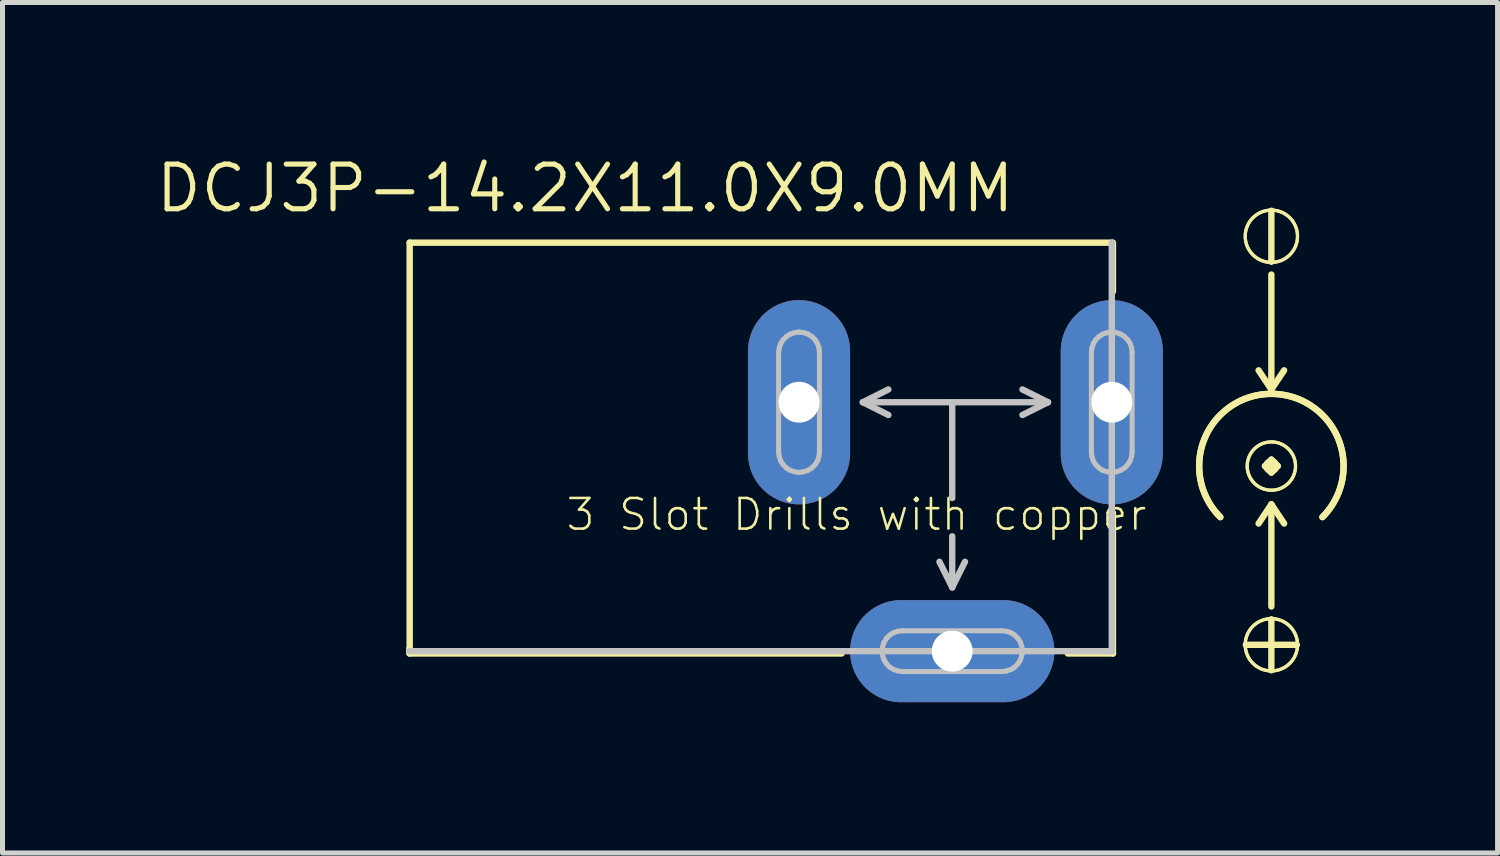
<source format=kicad_pcb>
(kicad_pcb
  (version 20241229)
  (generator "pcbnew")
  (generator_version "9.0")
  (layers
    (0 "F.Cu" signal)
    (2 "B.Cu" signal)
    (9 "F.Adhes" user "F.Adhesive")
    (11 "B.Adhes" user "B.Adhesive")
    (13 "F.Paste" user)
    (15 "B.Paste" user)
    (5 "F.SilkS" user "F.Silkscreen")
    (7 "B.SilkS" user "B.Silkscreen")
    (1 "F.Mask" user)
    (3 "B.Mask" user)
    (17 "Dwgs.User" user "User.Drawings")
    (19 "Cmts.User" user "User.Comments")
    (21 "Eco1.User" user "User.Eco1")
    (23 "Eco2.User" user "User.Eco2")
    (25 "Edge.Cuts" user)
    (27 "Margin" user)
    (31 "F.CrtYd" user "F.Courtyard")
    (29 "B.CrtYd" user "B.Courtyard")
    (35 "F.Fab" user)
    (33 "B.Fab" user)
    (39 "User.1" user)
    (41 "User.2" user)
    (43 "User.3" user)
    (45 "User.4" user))
  (footprint "DCJ3P-14.2X11.0X9.0MM"
    (layer "F.Cu")
    (at 15.896 4.953)
    (property "Reference" "DCJ3P-14.2X11.0X9.0MM" (at -7.303 -4.255 0) (layer "F.SilkS") (effects (font (size 0.889 0.889) (thickness 0.102))))
    (attr exclude_from_pos_files exclude_from_bom)
    (fp_line (start -10.798 4.999) (end -10.798 4.9) (stroke (width 0.127) (type solid)) (layer "F.SilkS"))
    (fp_line (start -10.795 -3.175) (end 3.175 -3.175) (stroke (width 0.1) (type solid)) (layer "F.SilkS"))
    (fp_line (start -10.795 -3.175) (end 3.175 -3.175) (stroke (width 0.127) (type solid)) (layer "F.SilkS"))
    (fp_line (start -10.795 4.953) (end -10.795 -3.175) (stroke (width 0.1) (type solid)) (layer "F.SilkS"))
    (fp_line (start -10.795 4.953) (end -10.795 -3.175) (stroke (width 0.127) (type solid)) (layer "F.SilkS"))
    (fp_line (start -2.2 4.999) (end -10.798 4.999) (stroke (width 0.127) (type solid)) (layer "F.SilkS"))
    (fp_line (start 2.299 4.999) (end 3.198 4.999) (stroke (width 0.127) (type solid)) (layer "F.SilkS"))
    (fp_line (start 3.175 -3.175) (end 3.175 4.953) (stroke (width 0.1) (type solid)) (layer "F.SilkS"))
    (fp_line (start 3.175 4.953) (end -10.795 4.953) (stroke (width 0.1) (type solid)) (layer "F.SilkS"))
    (fp_line (start 3.198 -2.2) (end 3.198 -3.175) (stroke (width 0.127) (type solid)) (layer "F.SilkS"))
    (fp_line (start 3.198 4.999) (end 3.198 2.2) (stroke (width 0.127) (type solid)) (layer "F.SilkS"))
    (fp_line (start 5.842 4.826) (end 6.858 4.826) (stroke (width 0.127) (type solid)) (layer "F.SilkS"))
    (fp_line (start 6.223 1.27) (end 6.35 1.397) (stroke (width 0.127) (type solid)) (layer "F.SilkS"))
    (fp_line (start 6.35 -2.794) (end 6.35 -3.81) (stroke (width 0.127) (type solid)) (layer "F.SilkS"))
    (fp_line (start 6.35 -0.254) (end 6.096 -0.635) (stroke (width 0.127) (type solid)) (layer "F.SilkS"))
    (fp_line (start 6.35 -0.254) (end 6.35 -2.54) (stroke (width 0.127) (type solid)) (layer "F.SilkS"))
    (fp_line (start 6.35 -0.254) (end 6.604 -0.635) (stroke (width 0.127) (type solid)) (layer "F.SilkS"))
    (fp_line (start 6.35 1.143) (end 6.223 1.27) (stroke (width 0.127) (type solid)) (layer "F.SilkS"))
    (fp_line (start 6.35 1.397) (end 6.35 1.143) (stroke (width 0.127) (type solid)) (layer "F.SilkS"))
    (fp_line (start 6.35 1.397) (end 6.477 1.27) (stroke (width 0.127) (type solid)) (layer "F.SilkS"))
    (fp_line (start 6.35 2.032) (end 6.096 2.413) (stroke (width 0.127) (type solid)) (layer "F.SilkS"))
    (fp_line (start 6.35 2.032) (end 6.35 4.064) (stroke (width 0.127) (type solid)) (layer "F.SilkS"))
    (fp_line (start 6.35 2.032) (end 6.604 2.413) (stroke (width 0.127) (type solid)) (layer "F.SilkS"))
    (fp_line (start 6.35 5.334) (end 6.35 4.318) (stroke (width 0.127) (type solid)) (layer "F.SilkS"))
    (fp_line (start 6.477 1.27) (end 6.35 1.143) (stroke (width 0.127) (type solid)) (layer "F.SilkS"))
    (fp_arc (start 5.334 2.286) (mid 6.35 -0.166841) (end 7.366 2.286) (stroke (width 0.127) (type solid)) (layer "F.SilkS"))
    (fp_arc (start 5.334 2.286) (mid 6.35 -0.166841) (end 7.366 2.286) (stroke (width 0.127) (type solid)) (layer "F.SilkS"))
    (fp_circle (center 6.35 -3.302) (end 6.718 -3.67) (stroke (width 0.064) (type solid)) (fill no) (layer "F.SilkS"))
    (fp_circle (center 6.35 -3.302) (end 6.718 -3.67) (stroke (width 0.064) (type solid)) (fill no) (layer "F.SilkS"))
    (fp_circle (center 6.35 1.27) (end 6.439 1.359) (stroke (width 0.064) (type solid)) (fill no) (layer "F.SilkS"))
    (fp_circle (center 6.35 1.27) (end 6.439 1.359) (stroke (width 0.064) (type solid)) (fill no) (layer "F.SilkS"))
    (fp_circle (center 6.35 1.27) (end 6.69 1.61) (stroke (width 0.064) (type solid)) (fill no) (layer "F.SilkS"))
    (fp_circle (center 6.35 1.27) (end 6.69 1.61) (stroke (width 0.064) (type solid)) (fill no) (layer "F.SilkS"))
    (fp_circle (center 6.35 4.826) (end 6.718 5.194) (stroke (width 0.064) (type solid)) (fill no) (layer "F.SilkS"))
    (fp_circle (center 6.35 4.826) (end 6.718 5.194) (stroke (width 0.064) (type solid)) (fill no) (layer "F.SilkS"))
    (fp_line (start -3.454 -0.991) (end -3.442 -1.079) (stroke (width 0.1) (type solid)) (layer "Dwgs.User"))
    (fp_line (start -3.454 0.991) (end -3.454 -0.991) (stroke (width 0.1) (type solid)) (layer "Dwgs.User"))
    (fp_line (start -3.442 -1.079) (end -3.414 -1.166) (stroke (width 0.1) (type solid)) (layer "Dwgs.User"))
    (fp_line (start -3.442 1.079) (end -3.454 0.991) (stroke (width 0.1) (type solid)) (layer "Dwgs.User"))
    (fp_line (start -3.414 -1.166) (end -3.365 -1.242) (stroke (width 0.1) (type solid)) (layer "Dwgs.User"))
    (fp_line (start -3.414 1.166) (end -3.442 1.079) (stroke (width 0.1) (type solid)) (layer "Dwgs.User"))
    (fp_line (start -3.365 -1.242) (end -3.299 -1.308) (stroke (width 0.1) (type solid)) (layer "Dwgs.User"))
    (fp_line (start -3.365 1.242) (end -3.414 1.166) (stroke (width 0.1) (type solid)) (layer "Dwgs.User"))
    (fp_line (start -3.299 -1.308) (end -3.223 -1.356) (stroke (width 0.1) (type solid)) (layer "Dwgs.User"))
    (fp_line (start -3.299 1.308) (end -3.365 1.242) (stroke (width 0.1) (type solid)) (layer "Dwgs.User"))
    (fp_line (start -3.223 -1.356) (end -3.137 -1.384) (stroke (width 0.1) (type solid)) (layer "Dwgs.User"))
    (fp_line (start -3.223 1.356) (end -3.299 1.308) (stroke (width 0.1) (type solid)) (layer "Dwgs.User"))
    (fp_line (start -3.137 -1.384) (end -3.048 -1.397) (stroke (width 0.1) (type solid)) (layer "Dwgs.User"))
    (fp_line (start -3.137 1.384) (end -3.223 1.356) (stroke (width 0.1) (type solid)) (layer "Dwgs.User"))
    (fp_line (start -3.048 -1.397) (end -2.957 -1.384) (stroke (width 0.1) (type solid)) (layer "Dwgs.User"))
    (fp_line (start -3.048 1.397) (end -3.137 1.384) (stroke (width 0.1) (type solid)) (layer "Dwgs.User"))
    (fp_line (start -2.957 -1.384) (end -2.87 -1.356) (stroke (width 0.1) (type solid)) (layer "Dwgs.User"))
    (fp_line (start -2.957 1.384) (end -3.048 1.397) (stroke (width 0.1) (type solid)) (layer "Dwgs.User"))
    (fp_line (start -2.87 -1.356) (end -2.794 -1.308) (stroke (width 0.1) (type solid)) (layer "Dwgs.User"))
    (fp_line (start -2.87 1.356) (end -2.957 1.384) (stroke (width 0.1) (type solid)) (layer "Dwgs.User"))
    (fp_line (start -2.794 -1.308) (end -2.728 -1.242) (stroke (width 0.1) (type solid)) (layer "Dwgs.User"))
    (fp_line (start -2.794 1.308) (end -2.87 1.356) (stroke (width 0.1) (type solid)) (layer "Dwgs.User"))
    (fp_line (start -2.728 -1.242) (end -2.68 -1.166) (stroke (width 0.1) (type solid)) (layer "Dwgs.User"))
    (fp_line (start -2.728 1.242) (end -2.794 1.308) (stroke (width 0.1) (type solid)) (layer "Dwgs.User"))
    (fp_line (start -2.68 -1.166) (end -2.652 -1.079) (stroke (width 0.1) (type solid)) (layer "Dwgs.User"))
    (fp_line (start -2.68 1.166) (end -2.728 1.242) (stroke (width 0.1) (type solid)) (layer "Dwgs.User"))
    (fp_line (start -2.652 -1.079) (end -2.642 -0.991) (stroke (width 0.1) (type solid)) (layer "Dwgs.User"))
    (fp_line (start -2.652 1.079) (end -2.68 1.166) (stroke (width 0.1) (type solid)) (layer "Dwgs.User"))
    (fp_line (start -2.642 -0.991) (end -2.642 0.991) (stroke (width 0.1) (type solid)) (layer "Dwgs.User"))
    (fp_line (start -2.642 0.991) (end -2.652 1.079) (stroke (width 0.1) (type solid)) (layer "Dwgs.User"))
    (fp_line (start -1.778 0) (end -1.27 -0.254) (stroke (width 0.127) (type solid)) (layer "Dwgs.User"))
    (fp_line (start -1.778 0) (end -1.27 0.254) (stroke (width 0.127) (type solid)) (layer "Dwgs.User"))
    (fp_line (start -1.397 4.953) (end -1.384 4.862) (stroke (width 0.1) (type solid)) (layer "Dwgs.User"))
    (fp_line (start -1.384 4.862) (end -1.356 4.775) (stroke (width 0.1) (type solid)) (layer "Dwgs.User"))
    (fp_line (start -1.384 5.042) (end -1.397 4.953) (stroke (width 0.1) (type solid)) (layer "Dwgs.User"))
    (fp_line (start -1.356 4.775) (end -1.308 4.699) (stroke (width 0.1) (type solid)) (layer "Dwgs.User"))
    (fp_line (start -1.356 5.128) (end -1.384 5.042) (stroke (width 0.1) (type solid)) (layer "Dwgs.User"))
    (fp_line (start -1.308 4.699) (end -1.242 4.633) (stroke (width 0.1) (type solid)) (layer "Dwgs.User"))
    (fp_line (start -1.308 5.204) (end -1.356 5.128) (stroke (width 0.1) (type solid)) (layer "Dwgs.User"))
    (fp_line (start -1.242 4.633) (end -1.166 4.585) (stroke (width 0.1) (type solid)) (layer "Dwgs.User"))
    (fp_line (start -1.242 5.271) (end -1.308 5.204) (stroke (width 0.1) (type solid)) (layer "Dwgs.User"))
    (fp_line (start -1.166 4.585) (end -1.079 4.557) (stroke (width 0.1) (type solid)) (layer "Dwgs.User"))
    (fp_line (start -1.166 5.319) (end -1.242 5.271) (stroke (width 0.1) (type solid)) (layer "Dwgs.User"))
    (fp_line (start -1.079 4.557) (end -0.991 4.547) (stroke (width 0.1) (type solid)) (layer "Dwgs.User"))
    (fp_line (start -1.079 5.347) (end -1.166 5.319) (stroke (width 0.1) (type solid)) (layer "Dwgs.User"))
    (fp_line (start -0.991 4.547) (end 0.991 4.547) (stroke (width 0.1) (type solid)) (layer "Dwgs.User"))
    (fp_line (start -0.991 5.359) (end -1.079 5.347) (stroke (width 0.1) (type solid)) (layer "Dwgs.User"))
    (fp_line (start 0 0) (end -1.778 0) (stroke (width 0.127) (type solid)) (layer "Dwgs.User"))
    (fp_line (start 0 0) (end 1.905 0) (stroke (width 0.127) (type solid)) (layer "Dwgs.User"))
    (fp_line (start 0 1.905) (end 0 0) (stroke (width 0.127) (type solid)) (layer "Dwgs.User"))
    (fp_line (start 0 2.667) (end 0 3.683) (stroke (width 0.127) (type solid)) (layer "Dwgs.User"))
    (fp_line (start 0 3.683) (end -0.254 3.175) (stroke (width 0.127) (type solid)) (layer "Dwgs.User"))
    (fp_line (start 0 3.683) (end 0.254 3.175) (stroke (width 0.127) (type solid)) (layer "Dwgs.User"))
    (fp_line (start 0.991 4.547) (end 1.079 4.557) (stroke (width 0.1) (type solid)) (layer "Dwgs.User"))
    (fp_line (start 0.991 5.359) (end -0.991 5.359) (stroke (width 0.1) (type solid)) (layer "Dwgs.User"))
    (fp_line (start 1.079 4.557) (end 1.166 4.585) (stroke (width 0.1) (type solid)) (layer "Dwgs.User"))
    (fp_line (start 1.079 5.347) (end 0.991 5.359) (stroke (width 0.1) (type solid)) (layer "Dwgs.User"))
    (fp_line (start 1.166 4.585) (end 1.242 4.633) (stroke (width 0.1) (type solid)) (layer "Dwgs.User"))
    (fp_line (start 1.166 5.319) (end 1.079 5.347) (stroke (width 0.1) (type solid)) (layer "Dwgs.User"))
    (fp_line (start 1.242 4.633) (end 1.308 4.699) (stroke (width 0.1) (type solid)) (layer "Dwgs.User"))
    (fp_line (start 1.242 5.271) (end 1.166 5.319) (stroke (width 0.1) (type solid)) (layer "Dwgs.User"))
    (fp_line (start 1.308 4.699) (end 1.356 4.775) (stroke (width 0.1) (type solid)) (layer "Dwgs.User"))
    (fp_line (start 1.308 5.204) (end 1.242 5.271) (stroke (width 0.1) (type solid)) (layer "Dwgs.User"))
    (fp_line (start 1.356 4.775) (end 1.384 4.862) (stroke (width 0.1) (type solid)) (layer "Dwgs.User"))
    (fp_line (start 1.356 5.128) (end 1.308 5.204) (stroke (width 0.1) (type solid)) (layer "Dwgs.User"))
    (fp_line (start 1.384 4.862) (end 1.397 4.953) (stroke (width 0.1) (type solid)) (layer "Dwgs.User"))
    (fp_line (start 1.384 5.042) (end 1.356 5.128) (stroke (width 0.1) (type solid)) (layer "Dwgs.User"))
    (fp_line (start 1.397 4.953) (end 1.384 5.042) (stroke (width 0.1) (type solid)) (layer "Dwgs.User"))
    (fp_line (start 1.905 0) (end 1.397 -0.254) (stroke (width 0.127) (type solid)) (layer "Dwgs.User"))
    (fp_line (start 1.905 0) (end 1.397 0.254) (stroke (width 0.127) (type solid)) (layer "Dwgs.User"))
    (fp_line (start 2.769 -0.991) (end 2.779 -1.079) (stroke (width 0.1) (type solid)) (layer "Dwgs.User"))
    (fp_line (start 2.769 0.991) (end 2.769 -0.991) (stroke (width 0.1) (type solid)) (layer "Dwgs.User"))
    (fp_line (start 2.779 -1.079) (end 2.807 -1.166) (stroke (width 0.1) (type solid)) (layer "Dwgs.User"))
    (fp_line (start 2.779 1.079) (end 2.769 0.991) (stroke (width 0.1) (type solid)) (layer "Dwgs.User"))
    (fp_line (start 2.807 -1.166) (end 2.855 -1.242) (stroke (width 0.1) (type solid)) (layer "Dwgs.User"))
    (fp_line (start 2.807 1.166) (end 2.779 1.079) (stroke (width 0.1) (type solid)) (layer "Dwgs.User"))
    (fp_line (start 2.855 -1.242) (end 2.921 -1.308) (stroke (width 0.1) (type solid)) (layer "Dwgs.User"))
    (fp_line (start 2.855 1.242) (end 2.807 1.166) (stroke (width 0.1) (type solid)) (layer "Dwgs.User"))
    (fp_line (start 2.921 -1.308) (end 2.997 -1.356) (stroke (width 0.1) (type solid)) (layer "Dwgs.User"))
    (fp_line (start 2.921 1.308) (end 2.855 1.242) (stroke (width 0.1) (type solid)) (layer "Dwgs.User"))
    (fp_line (start 2.997 -1.356) (end 3.084 -1.384) (stroke (width 0.1) (type solid)) (layer "Dwgs.User"))
    (fp_line (start 2.997 1.356) (end 2.921 1.308) (stroke (width 0.1) (type solid)) (layer "Dwgs.User"))
    (fp_line (start 3.084 -1.384) (end 3.175 -1.397) (stroke (width 0.1) (type solid)) (layer "Dwgs.User"))
    (fp_line (start 3.084 1.384) (end 2.997 1.356) (stroke (width 0.1) (type solid)) (layer "Dwgs.User"))
    (fp_line (start 3.175 -3.175) (end 3.175 4.953) (stroke (width 0.127) (type solid)) (layer "Dwgs.User"))
    (fp_line (start 3.175 -1.397) (end 3.264 -1.384) (stroke (width 0.1) (type solid)) (layer "Dwgs.User"))
    (fp_line (start 3.175 1.397) (end 3.084 1.384) (stroke (width 0.1) (type solid)) (layer "Dwgs.User"))
    (fp_line (start 3.175 4.953) (end -10.795 4.953) (stroke (width 0.127) (type solid)) (layer "Dwgs.User"))
    (fp_line (start 3.264 -1.384) (end 3.35 -1.356) (stroke (width 0.1) (type solid)) (layer "Dwgs.User"))
    (fp_line (start 3.264 1.384) (end 3.175 1.397) (stroke (width 0.1) (type solid)) (layer "Dwgs.User"))
    (fp_line (start 3.35 -1.356) (end 3.426 -1.308) (stroke (width 0.1) (type solid)) (layer "Dwgs.User"))
    (fp_line (start 3.35 1.356) (end 3.264 1.384) (stroke (width 0.1) (type solid)) (layer "Dwgs.User"))
    (fp_line (start 3.426 -1.308) (end 3.493 -1.242) (stroke (width 0.1) (type solid)) (layer "Dwgs.User"))
    (fp_line (start 3.426 1.308) (end 3.35 1.356) (stroke (width 0.1) (type solid)) (layer "Dwgs.User"))
    (fp_line (start 3.493 -1.242) (end 3.541 -1.166) (stroke (width 0.1) (type solid)) (layer "Dwgs.User"))
    (fp_line (start 3.493 1.242) (end 3.426 1.308) (stroke (width 0.1) (type solid)) (layer "Dwgs.User"))
    (fp_line (start 3.541 -1.166) (end 3.569 -1.079) (stroke (width 0.1) (type solid)) (layer "Dwgs.User"))
    (fp_line (start 3.541 1.166) (end 3.493 1.242) (stroke (width 0.1) (type solid)) (layer "Dwgs.User"))
    (fp_line (start 3.569 -1.079) (end 3.579 -0.991) (stroke (width 0.1) (type solid)) (layer "Dwgs.User"))
    (fp_line (start 3.569 1.079) (end 3.541 1.166) (stroke (width 0.1) (type solid)) (layer "Dwgs.User"))
    (fp_line (start 3.579 -0.991) (end 3.579 0.991) (stroke (width 0.1) (type solid)) (layer "Dwgs.User"))
    (fp_line (start 3.579 0.991) (end 3.569 1.079) (stroke (width 0.1) (type solid)) (layer "Dwgs.User"))
    (fp_text user "3 Slot Drills with copper" (at -1.905 2.235 0) (layer "F.SilkS") (effects (font (size 0.61 0.61) (thickness 0.051))))
    (pad "+" thru_hole oval (at 3.175 0 180) (size 2.032 4.064) (drill 0.813) (layers "*.Cu" "*.Paste" "*.Mask"))
    (pad "-1" thru_hole oval (at -3.048 0 180) (size 2.032 4.064) (drill 0.813) (layers "*.Cu" "*.Paste" "*.Mask"))
    (pad "-2" thru_hole oval (at 0 4.953 270) (size 2.032 4.064) (drill 0.813) (layers "*.Cu" "*.Paste" "*.Mask")))
  (gr_rect
    (start -3 -3)
    (end 26.747 13.922)
    (stroke (width 0.1) (type default))
    (fill no)
    (layer "Edge.Cuts")))
</source>
